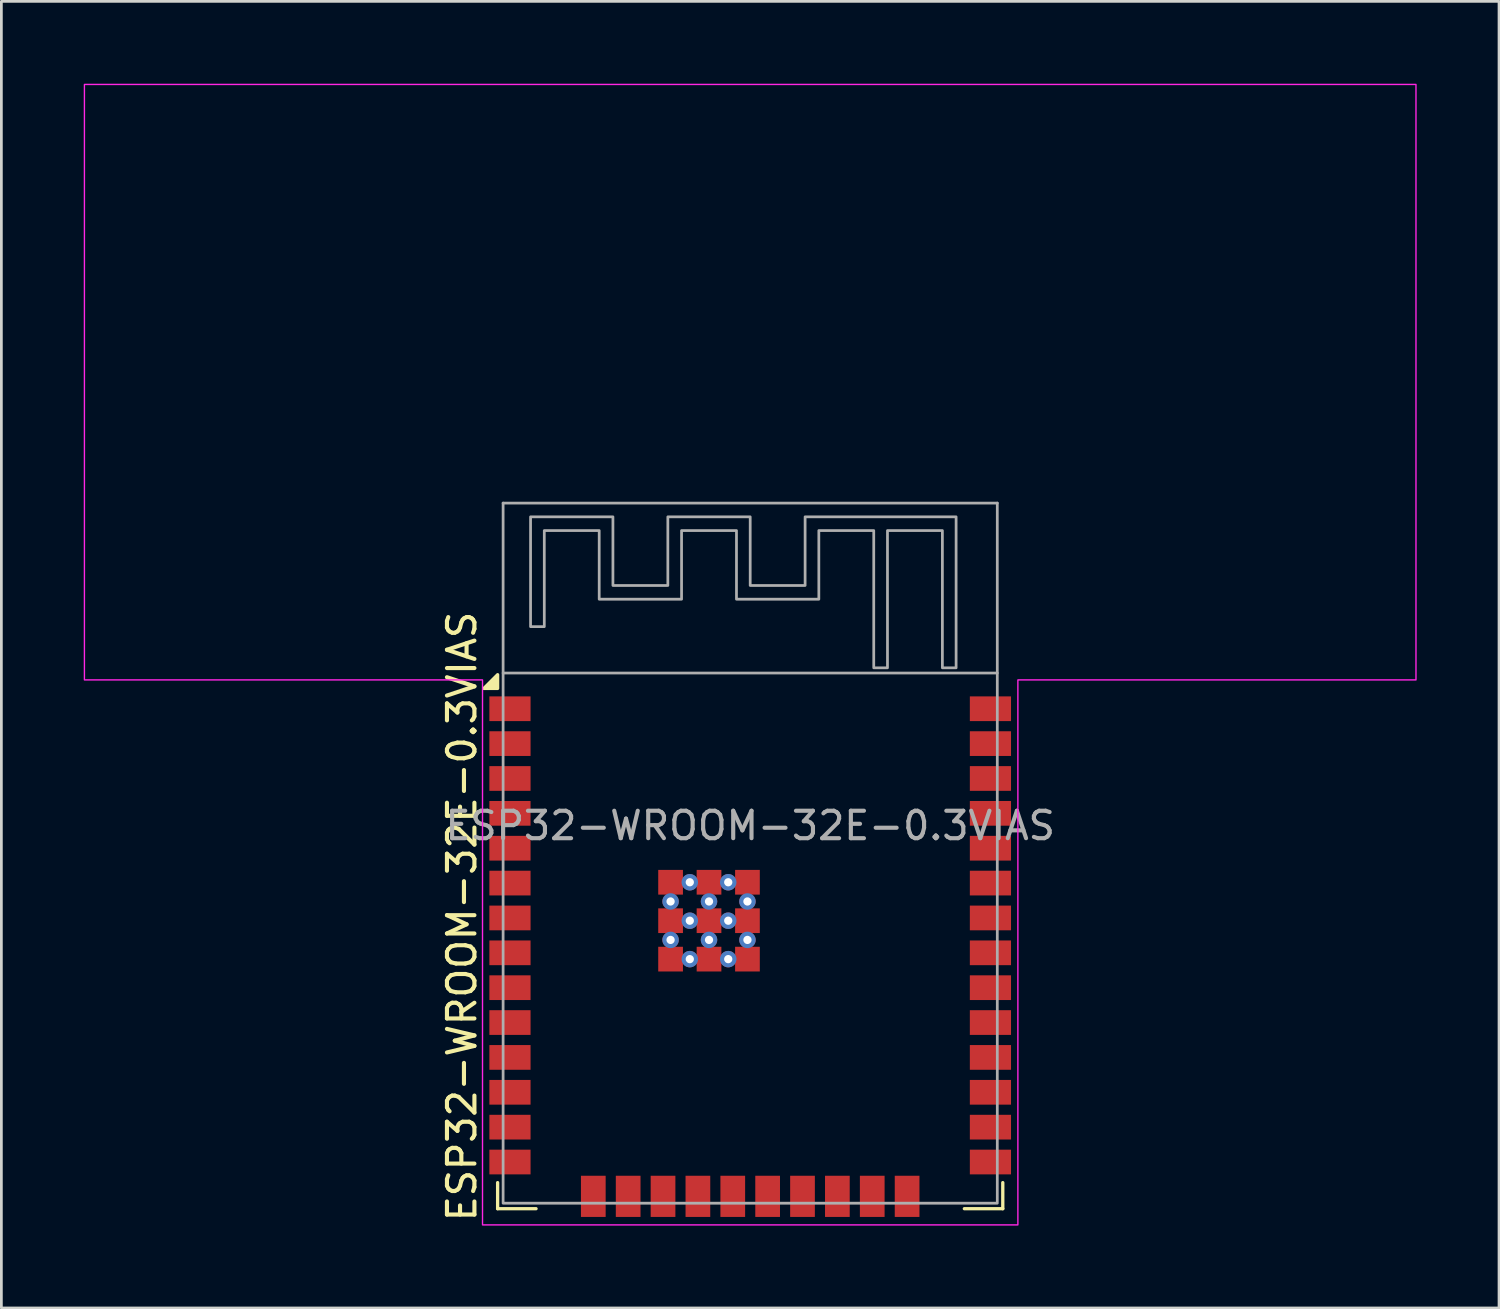
<source format=kicad_pcb>
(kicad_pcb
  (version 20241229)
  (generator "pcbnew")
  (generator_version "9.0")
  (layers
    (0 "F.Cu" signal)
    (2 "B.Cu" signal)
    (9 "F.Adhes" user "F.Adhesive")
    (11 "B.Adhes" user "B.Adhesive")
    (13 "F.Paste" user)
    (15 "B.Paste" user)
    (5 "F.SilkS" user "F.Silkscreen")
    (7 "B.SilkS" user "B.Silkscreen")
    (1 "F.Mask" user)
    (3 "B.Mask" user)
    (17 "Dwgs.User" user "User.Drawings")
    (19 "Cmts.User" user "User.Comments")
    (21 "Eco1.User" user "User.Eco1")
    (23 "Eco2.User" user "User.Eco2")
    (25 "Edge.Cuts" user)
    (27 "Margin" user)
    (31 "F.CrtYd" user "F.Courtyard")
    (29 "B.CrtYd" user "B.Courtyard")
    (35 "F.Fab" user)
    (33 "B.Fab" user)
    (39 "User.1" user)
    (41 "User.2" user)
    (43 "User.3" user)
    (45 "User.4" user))
  (footprint "ESP32-WROOM-32E-0.3VIAS"
    (layer "F.Cu")
    (at 24.275 28.025)
    (property "Reference" "ESP32-WROOM-32E-0.3VIAS" (at -10.5 13.5 90) (layer "F.SilkS") (effects (font (size 1 1) (thickness 0.15)) (justify left)))
    (attr smd)
    (fp_line (start -9.2 12.95) (end -9.2 12) (stroke (width 0.12) (type solid)) (layer "F.SilkS"))
    (fp_line (start -7.8 12.95) (end -9.2 12.95) (stroke (width 0.12) (type solid)) (layer "F.SilkS"))
    (fp_line (start 7.8 12.95) (end 9.2 12.95) (stroke (width 0.12) (type solid)) (layer "F.SilkS"))
    (fp_line (start 9.2 12.95) (end 9.2 12) (stroke (width 0.12) (type solid)) (layer "F.SilkS"))
    (fp_poly (pts (xy -9.2 -6) (xy -9.7 -6) (xy -9.2 -6.5) (xy -9.2 -6)) (stroke (width 0.12) (type solid)) (fill yes) (layer "F.SilkS"))
    (fp_poly (pts (xy -24.25 -28) (xy 24.25 -28) (xy 24.25 -6.31) (xy 9.75 -6.31) (xy 9.75 13.54) (xy -9.75 13.54) (xy -9.75 -6.31) (xy -24.25 -6.31)) (stroke (width 0.05) (type solid)) (fill no) (layer "F.CrtYd"))
    (fp_line (start -9 -12.75) (end 9 -12.75) (stroke (width 0.1) (type solid)) (layer "F.Fab"))
    (fp_line (start -9 -6.56) (end -9 -12.75) (stroke (width 0.1) (type solid)) (layer "F.Fab"))
    (fp_line (start 9 -12.75) (end 9 -6.56) (stroke (width 0.1) (type solid)) (layer "F.Fab"))
    (fp_rect (start -9 -6.56) (end 9 12.75) (stroke (width 0.1) (type solid)) (fill no) (layer "F.Fab"))
    (fp_poly (pts (xy -5 -9.75) (xy -3 -9.75) (xy -3 -12.25) (xy 0 -12.25) (xy 0 -9.75) (xy 2 -9.75) (xy 2 -12.25) (xy 7.5 -12.25) (xy 7.5 -6.75) (xy 7 -6.75) (xy 7 -11.75) (xy 5 -11.75) (xy 5 -6.75) (xy 4.5 -6.75) (xy 4.5 -11.75) (xy 2.5 -11.75) (xy 2.5 -9.25) (xy -0.5 -9.25) (xy -0.5 -11.75) (xy -2.5 -11.75) (xy -2.5 -9.25) (xy -5.5 -9.25) (xy -5.5 -11.75) (xy -7.5 -11.75) (xy -7.5 -8.25) (xy -8 -8.25) (xy -8 -12.25) (xy -5 -12.25)) (stroke (width 0.1) (type solid)) (fill no) (layer "F.Fab"))
    (fp_text user "${REFERENCE}" (at 0 -1 0) (layer "F.Fab") (effects (font (size 1 1) (thickness 0.15))))
    (pad "1" smd rect (at -8.75 -5.26) (size 1.5 0.9) (layers "F.Cu" "F.Mask" "F.Paste"))
    (pad "2" smd rect (at -8.75 -3.99) (size 1.5 0.9) (layers "F.Cu" "F.Mask" "F.Paste"))
    (pad "3" smd rect (at -8.75 -2.72) (size 1.5 0.9) (layers "F.Cu" "F.Mask" "F.Paste"))
    (pad "4" smd rect (at -8.75 -1.45) (size 1.5 0.9) (layers "F.Cu" "F.Mask" "F.Paste"))
    (pad "5" smd rect (at -8.75 -0.18) (size 1.5 0.9) (layers "F.Cu" "F.Mask" "F.Paste"))
    (pad "6" smd rect (at -8.75 1.09) (size 1.5 0.9) (layers "F.Cu" "F.Mask" "F.Paste"))
    (pad "7" smd rect (at -8.75 2.36) (size 1.5 0.9) (layers "F.Cu" "F.Mask" "F.Paste"))
    (pad "8" smd rect (at -8.75 3.63) (size 1.5 0.9) (layers "F.Cu" "F.Mask" "F.Paste"))
    (pad "9" smd rect (at -8.75 4.9) (size 1.5 0.9) (layers "F.Cu" "F.Mask" "F.Paste"))
    (pad "10" smd rect (at -8.75 6.17) (size 1.5 0.9) (layers "F.Cu" "F.Mask" "F.Paste"))
    (pad "11" smd rect (at -8.75 7.44) (size 1.5 0.9) (layers "F.Cu" "F.Mask" "F.Paste"))
    (pad "12" smd rect (at -8.75 8.71) (size 1.5 0.9) (layers "F.Cu" "F.Mask" "F.Paste"))
    (pad "13" smd rect (at -8.75 9.98) (size 1.5 0.9) (layers "F.Cu" "F.Mask" "F.Paste"))
    (pad "14" smd rect (at -8.75 11.25) (size 1.5 0.9) (layers "F.Cu" "F.Mask" "F.Paste"))
    (pad "15" smd rect (at -5.715 12.5 90) (size 1.5 0.9) (layers "F.Cu" "F.Mask" "F.Paste"))
    (pad "16" smd rect (at -4.445 12.5 90) (size 1.5 0.9) (layers "F.Cu" "F.Mask" "F.Paste"))
    (pad "17" smd rect (at -3.175 12.5 90) (size 1.5 0.9) (layers "F.Cu" "F.Mask" "F.Paste"))
    (pad "18" smd rect (at -1.905 12.5 90) (size 1.5 0.9) (layers "F.Cu" "F.Mask" "F.Paste"))
    (pad "19" smd rect (at -0.635 12.5 90) (size 1.5 0.9) (layers "F.Cu" "F.Mask" "F.Paste"))
    (pad "20" smd rect (at 0.635 12.5 90) (size 1.5 0.9) (layers "F.Cu" "F.Mask" "F.Paste"))
    (pad "21" smd rect (at 1.905 12.5 90) (size 1.5 0.9) (layers "F.Cu" "F.Mask" "F.Paste"))
    (pad "22" smd rect (at 3.175 12.5 90) (size 1.5 0.9) (layers "F.Cu" "F.Mask" "F.Paste"))
    (pad "23" smd rect (at 4.445 12.5 90) (size 1.5 0.9) (layers "F.Cu" "F.Mask" "F.Paste"))
    (pad "24" smd rect (at 5.715 12.5 90) (size 1.5 0.9) (layers "F.Cu" "F.Mask" "F.Paste"))
    (pad "25" smd rect (at 8.75 11.25) (size 1.5 0.9) (layers "F.Cu" "F.Mask" "F.Paste"))
    (pad "26" smd rect (at 8.75 9.98) (size 1.5 0.9) (layers "F.Cu" "F.Mask" "F.Paste"))
    (pad "27" smd rect (at 8.75 8.71) (size 1.5 0.9) (layers "F.Cu" "F.Mask" "F.Paste"))
    (pad "28" smd rect (at 8.75 7.44) (size 1.5 0.9) (layers "F.Cu" "F.Mask" "F.Paste"))
    (pad "29" smd rect (at 8.75 6.17) (size 1.5 0.9) (layers "F.Cu" "F.Mask" "F.Paste"))
    (pad "30" smd rect (at 8.75 4.9) (size 1.5 0.9) (layers "F.Cu" "F.Mask" "F.Paste"))
    (pad "31" smd rect (at 8.75 3.63) (size 1.5 0.9) (layers "F.Cu" "F.Mask" "F.Paste"))
    (pad "32" smd rect (at 8.75 2.36) (size 1.5 0.9) (layers "F.Cu" "F.Mask" "F.Paste"))
    (pad "33" smd rect (at 8.75 1.09) (size 1.5 0.9) (layers "F.Cu" "F.Mask" "F.Paste"))
    (pad "34" smd rect (at 8.75 -0.18) (size 1.5 0.9) (layers "F.Cu" "F.Mask" "F.Paste"))
    (pad "35" smd rect (at 8.75 -1.45) (size 1.5 0.9) (layers "F.Cu" "F.Mask" "F.Paste"))
    (pad "36" smd rect (at 8.75 -2.72) (size 1.5 0.9) (layers "F.Cu" "F.Mask" "F.Paste"))
    (pad "37" smd rect (at 8.75 -3.99) (size 1.5 0.9) (layers "F.Cu" "F.Mask" "F.Paste"))
    (pad "38" smd rect (at 8.75 -5.26) (size 1.5 0.9) (layers "F.Cu" "F.Mask" "F.Paste"))
    (pad "39" smd rect (at -2.9 1.06) (size 0.9 0.9) (property pad_prop_heatsink) (layers "F.Cu" "F.Mask" "F.Paste"))
    (pad "39" thru_hole circle (at -2.9 1.76) (size 0.6 0.6) (drill 0.3) (property pad_prop_heatsink) (layers "*.Cu" "*.Mask"))
    (pad "39" smd rect (at -2.9 2.46) (size 0.9 0.9) (property pad_prop_heatsink) (layers "F.Cu" "F.Mask" "F.Paste"))
    (pad "39" thru_hole circle (at -2.9 3.16) (size 0.6 0.6) (drill 0.3) (property pad_prop_heatsink) (layers "*.Cu" "*.Mask"))
    (pad "39" smd rect (at -2.9 3.86) (size 0.9 0.9) (property pad_prop_heatsink) (layers "F.Cu" "F.Mask" "F.Paste"))
    (pad "39" thru_hole circle (at -2.2 1.06) (size 0.6 0.6) (drill 0.3) (property pad_prop_heatsink) (layers "*.Cu" "*.Mask"))
    (pad "39" thru_hole circle (at -2.2 2.46) (size 0.6 0.6) (drill 0.3) (property pad_prop_heatsink) (layers "*.Cu" "*.Mask"))
    (pad "39" thru_hole circle (at -2.2 3.86) (size 0.6 0.6) (drill 0.3) (property pad_prop_heatsink) (layers "*.Cu" "*.Mask"))
    (pad "39" smd rect (at -1.5 1.06) (size 0.9 0.9) (property pad_prop_heatsink) (layers "F.Cu" "F.Mask" "F.Paste"))
    (pad "39" thru_hole circle (at -1.5 1.76) (size 0.6 0.6) (drill 0.3) (property pad_prop_heatsink) (layers "*.Cu" "*.Mask"))
    (pad "39" smd rect (at -1.5 2.46) (size 0.9 0.9) (property pad_prop_heatsink) (layers "F.Cu" "F.Mask" "F.Paste"))
    (pad "39" thru_hole circle (at -1.5 3.16) (size 0.6 0.6) (drill 0.3) (property pad_prop_heatsink) (layers "*.Cu" "*.Mask"))
    (pad "39" smd rect (at -1.5 3.86) (size 0.9 0.9) (property pad_prop_heatsink) (layers "F.Cu" "F.Mask" "F.Paste"))
    (pad "39" thru_hole circle (at -0.8 1.06) (size 0.6 0.6) (drill 0.3) (property pad_prop_heatsink) (layers "*.Cu" "*.Mask"))
    (pad "39" thru_hole circle (at -0.8 2.46) (size 0.6 0.6) (drill 0.3) (property pad_prop_heatsink) (layers "*.Cu" "*.Mask"))
    (pad "39" thru_hole circle (at -0.8 3.86) (size 0.6 0.6) (drill 0.3) (property pad_prop_heatsink) (layers "*.Cu" "*.Mask"))
    (pad "39" smd rect (at -0.1 1.06) (size 0.9 0.9) (property pad_prop_heatsink) (layers "F.Cu" "F.Mask" "F.Paste"))
    (pad "39" thru_hole circle (at -0.1 1.76) (size 0.6 0.6) (drill 0.3) (property pad_prop_heatsink) (layers "*.Cu" "*.Mask"))
    (pad "39" smd rect (at -0.1 2.46) (size 0.9 0.9) (property pad_prop_heatsink) (layers "F.Cu" "F.Mask" "F.Paste"))
    (pad "39" thru_hole circle (at -0.1 3.16) (size 0.6 0.6) (drill 0.3) (property pad_prop_heatsink) (layers "*.Cu" "*.Mask"))
    (pad "39" smd rect (at -0.1 3.86) (size 0.9 0.9) (property pad_prop_heatsink) (layers "F.Cu" "F.Mask" "F.Paste"))
    (zone (net_name "") (layers "F.Cu" "B.Cu") (hatch full 0.5) (connect_pads) (min_thickness 0.25) (filled_areas_thickness no) (keepout (tracks not_allowed) (vias not_allowed) (pads not_allowed) (copperpour not_allowed) (footprints not_allowed)) (placement (enabled no)) (fill) (polygon (pts (xy 0.275 0.275) (xy 48.275 0.275) (xy 48.275 21.465) (xy 0.275 21.465)))))
  (gr_rect
    (start -3 -3)
    (end 51.55 44.59)
    (stroke (width 0.1) (type default))
    (fill no)
    (layer "Edge.Cuts")))
</source>
